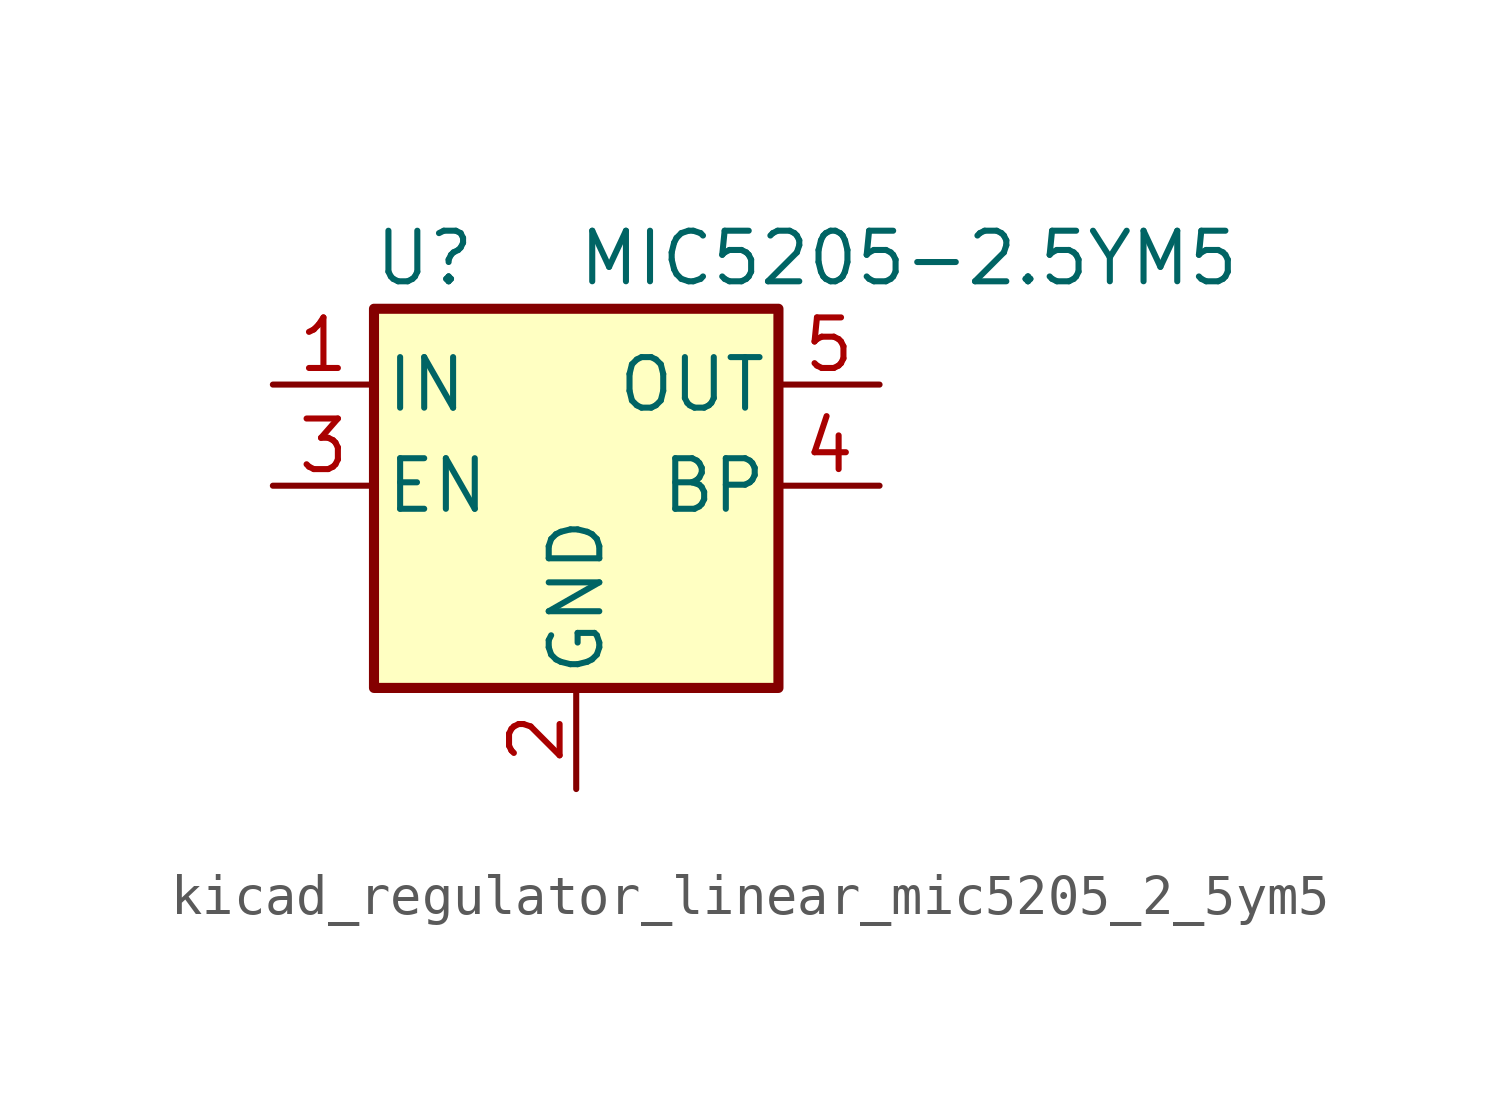
<source format=kicad_sym>
(kicad_symbol_lib
  (version 20220914)
  (generator kicad_symbol_editor)
  (symbol "kicad_regulator_linear_mic5205_2_5ym5"
    (pin_names
      (offset 0.254))
    (property "Reference" "U"
      (at -3.81 5.715 0)
      (effects (font (size 1.27 1.27))))
    (property "Value" "MIC5205-2.5YM5"
      (at 0 5.715 0)
      (effects (font (size 1.27 1.27)) (justify left)))
    (symbol "kicad_regulator_linear_mic5205_2_5ym5_0_1"
      (rectangle (start -5.08 4.445) (end 5.08 -5.08) (stroke (width 0.254) (type default)) (fill (type background))))
    (symbol "kicad_regulator_linear_mic5205_2_5ym5_1_1"
      (pin power_in line (at -7.62 2.54 0) (length 2.54) (name "IN" (effects (font (size 1.27 1.27)))) (number "1" (effects (font (size 1.27 1.27)))))
      (pin power_in line (at 0 -7.62 90) (length 2.54) (name "GND" (effects (font (size 1.27 1.27)))) (number "2" (effects (font (size 1.27 1.27)))))
      (pin input line (at -7.62 0 0) (length 2.54) (name "EN" (effects (font (size 1.27 1.27)))) (number "3" (effects (font (size 1.27 1.27)))))
      (pin input line (at 7.62 0 180) (length 2.54) (name "BP" (effects (font (size 1.27 1.27)))) (number "4" (effects (font (size 1.27 1.27)))))
      (pin power_out line (at 7.62 2.54 180) (length 2.54) (name "OUT" (effects (font (size 1.27 1.27)))) (number "5" (effects (font (size 1.27 1.27))))))))
</source>
